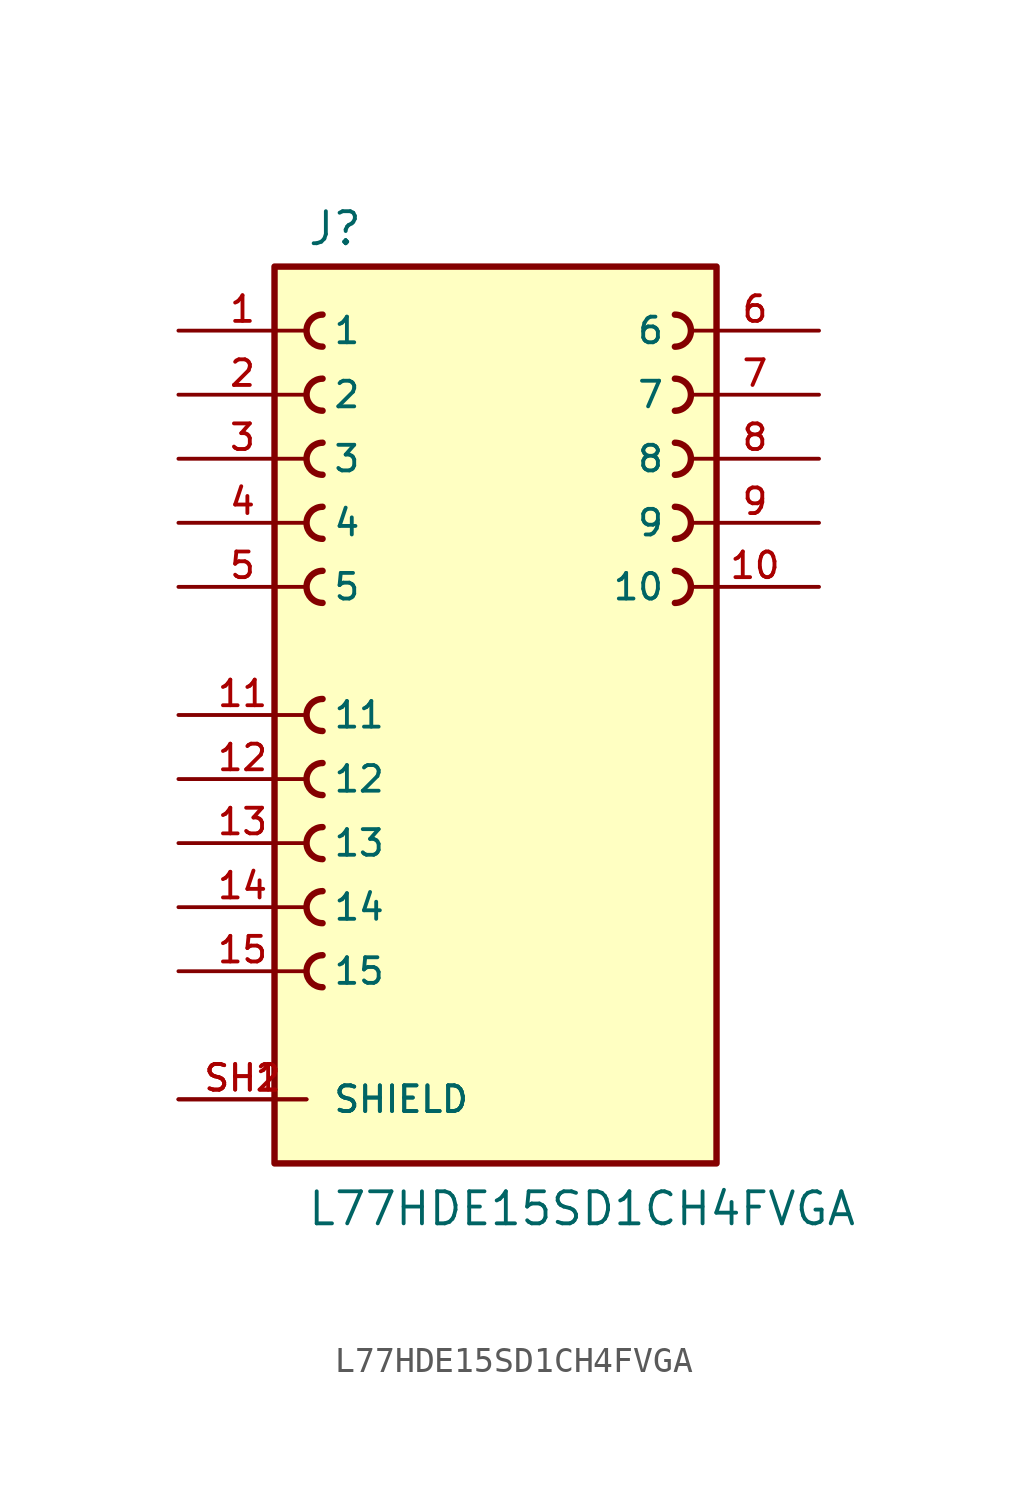
<source format=kicad_sym>
(kicad_symbol_lib
  (version 20211014)
  (generator kicad_symbol_editor)
  (symbol "L77HDE15SD1CH4FVGA"
    (pin_names
      (offset 1.016))
    (property "Reference" "J"
      (at -7.62 18.542 0)
      (effects (font (size 1.27 1.27)) (justify bottom left)))
    (property "Value" "L77HDE15SD1CH4FVGA"
      (at -7.62 -20.32 0)
      (effects (font (size 1.27 1.27)) (justify bottom left)))
    (symbol "L77HDE15SD1CH4FVGA_0_0"
      (arc (start 6.985 14.605) (mid 7.62 15.24) (end 6.985 15.875) (stroke (width 0.254) (type default) (color 0 0 0 0)) (fill (type none)))
      (arc (start 6.985 12.065) (mid 7.62 12.7) (end 6.985 13.335) (stroke (width 0.254) (type default) (color 0 0 0 0)) (fill (type none)))
      (arc (start 6.985 9.525) (mid 7.62 10.16) (end 6.985 10.795) (stroke (width 0.254) (type default) (color 0 0 0 0)) (fill (type none)))
      (arc (start 6.985 6.985) (mid 7.62 7.62) (end 6.985 8.255) (stroke (width 0.254) (type default) (color 0 0 0 0)) (fill (type none)))
      (arc (start 6.985 4.445) (mid 7.62 5.08) (end 6.985 5.715) (stroke (width 0.254) (type default) (color 0 0 0 0)) (fill (type none)))
      (arc (start -6.985 14.605) (mid -7.62 15.24) (end -6.985 15.875) (stroke (width 0.254) (type default) (color 0 0 0 0)) (fill (type none)))
      (arc (start -6.985 12.065) (mid -7.62 12.7) (end -6.985 13.335) (stroke (width 0.254) (type default) (color 0 0 0 0)) (fill (type none)))
      (arc (start -6.985 9.525) (mid -7.62 10.16) (end -6.985 10.795) (stroke (width 0.254) (type default) (color 0 0 0 0)) (fill (type none)))
      (arc (start -6.985 6.985) (mid -7.62 7.62) (end -6.985 8.255) (stroke (width 0.254) (type default) (color 0 0 0 0)) (fill (type none)))
      (arc (start -6.985 4.445) (mid -7.62 5.08) (end -6.985 5.715) (stroke (width 0.254) (type default) (color 0 0 0 0)) (fill (type none)))
      (arc (start -6.985 -0.635) (mid -7.62 0.0) (end -6.985 0.635) (stroke (width 0.254) (type default) (color 0 0 0 0)) (fill (type none)))
      (arc (start -6.985 -3.175) (mid -7.62 -2.54) (end -6.985 -1.905) (stroke (width 0.254) (type default) (color 0 0 0 0)) (fill (type none)))
      (arc (start -6.985 -5.715) (mid -7.62 -5.08) (end -6.985 -4.445) (stroke (width 0.254) (type default) (color 0 0 0 0)) (fill (type none)))
      (arc (start -6.985 -8.255) (mid -7.62 -7.62) (end -6.985 -6.985) (stroke (width 0.254) (type default) (color 0 0 0 0)) (fill (type none)))
      (arc (start -6.985 -10.795) (mid -7.62 -10.16) (end -6.985 -9.525) (stroke (width 0.254) (type default) (color 0 0 0 0)) (fill (type none)))
      (rectangle (start -8.89 -17.78) (end 8.636 17.78) (stroke (width 0.254)) (fill (type background)))
      (pin passive line (at -12.7 15.24 0) (length 5.08) (name "1" (effects (font (size 1.016 1.016)))) (number "1" (effects (font (size 1.016 1.016)))))
      (pin passive line (at -12.7 12.7 0) (length 5.08) (name "2" (effects (font (size 1.016 1.016)))) (number "2" (effects (font (size 1.016 1.016)))))
      (pin passive line (at -12.7 10.16 0) (length 5.08) (name "3" (effects (font (size 1.016 1.016)))) (number "3" (effects (font (size 1.016 1.016)))))
      (pin passive line (at -12.7 7.62 0) (length 5.08) (name "4" (effects (font (size 1.016 1.016)))) (number "4" (effects (font (size 1.016 1.016)))))
      (pin passive line (at -12.7 5.08 0) (length 5.08) (name "5" (effects (font (size 1.016 1.016)))) (number "5" (effects (font (size 1.016 1.016)))))
      (pin passive line (at -12.7 -15.24 0) (length 5.08) (name "SHIELD" (effects (font (size 1.016 1.016)))) (number "SH1" (effects (font (size 1.016 1.016)))))
      (pin passive line (at -12.7 -15.24 0) (length 5.08) (name "SHIELD" (effects (font (size 1.016 1.016)))) (number "SH2" (effects (font (size 1.016 1.016)))))
      (pin passive line (at 12.7 15.24 180.0) (length 5.08) (name "6" (effects (font (size 1.016 1.016)))) (number "6" (effects (font (size 1.016 1.016)))))
      (pin passive line (at 12.7 12.7 180.0) (length 5.08) (name "7" (effects (font (size 1.016 1.016)))) (number "7" (effects (font (size 1.016 1.016)))))
      (pin passive line (at 12.7 10.16 180.0) (length 5.08) (name "8" (effects (font (size 1.016 1.016)))) (number "8" (effects (font (size 1.016 1.016)))))
      (pin passive line (at 12.7 7.62 180.0) (length 5.08) (name "9" (effects (font (size 1.016 1.016)))) (number "9" (effects (font (size 1.016 1.016)))))
      (pin passive line (at 12.7 5.08 180.0) (length 5.08) (name "10" (effects (font (size 1.016 1.016)))) (number "10" (effects (font (size 1.016 1.016)))))
      (pin passive line (at -12.7 0.0 0) (length 5.08) (name "11" (effects (font (size 1.016 1.016)))) (number "11" (effects (font (size 1.016 1.016)))))
      (pin passive line (at -12.7 -2.54 0) (length 5.08) (name "12" (effects (font (size 1.016 1.016)))) (number "12" (effects (font (size 1.016 1.016)))))
      (pin passive line (at -12.7 -5.08 0) (length 5.08) (name "13" (effects (font (size 1.016 1.016)))) (number "13" (effects (font (size 1.016 1.016)))))
      (pin passive line (at -12.7 -7.62 0) (length 5.08) (name "14" (effects (font (size 1.016 1.016)))) (number "14" (effects (font (size 1.016 1.016)))))
      (pin passive line (at -12.7 -10.16 0) (length 5.08) (name "15" (effects (font (size 1.016 1.016)))) (number "15" (effects (font (size 1.016 1.016))))))))
</source>
